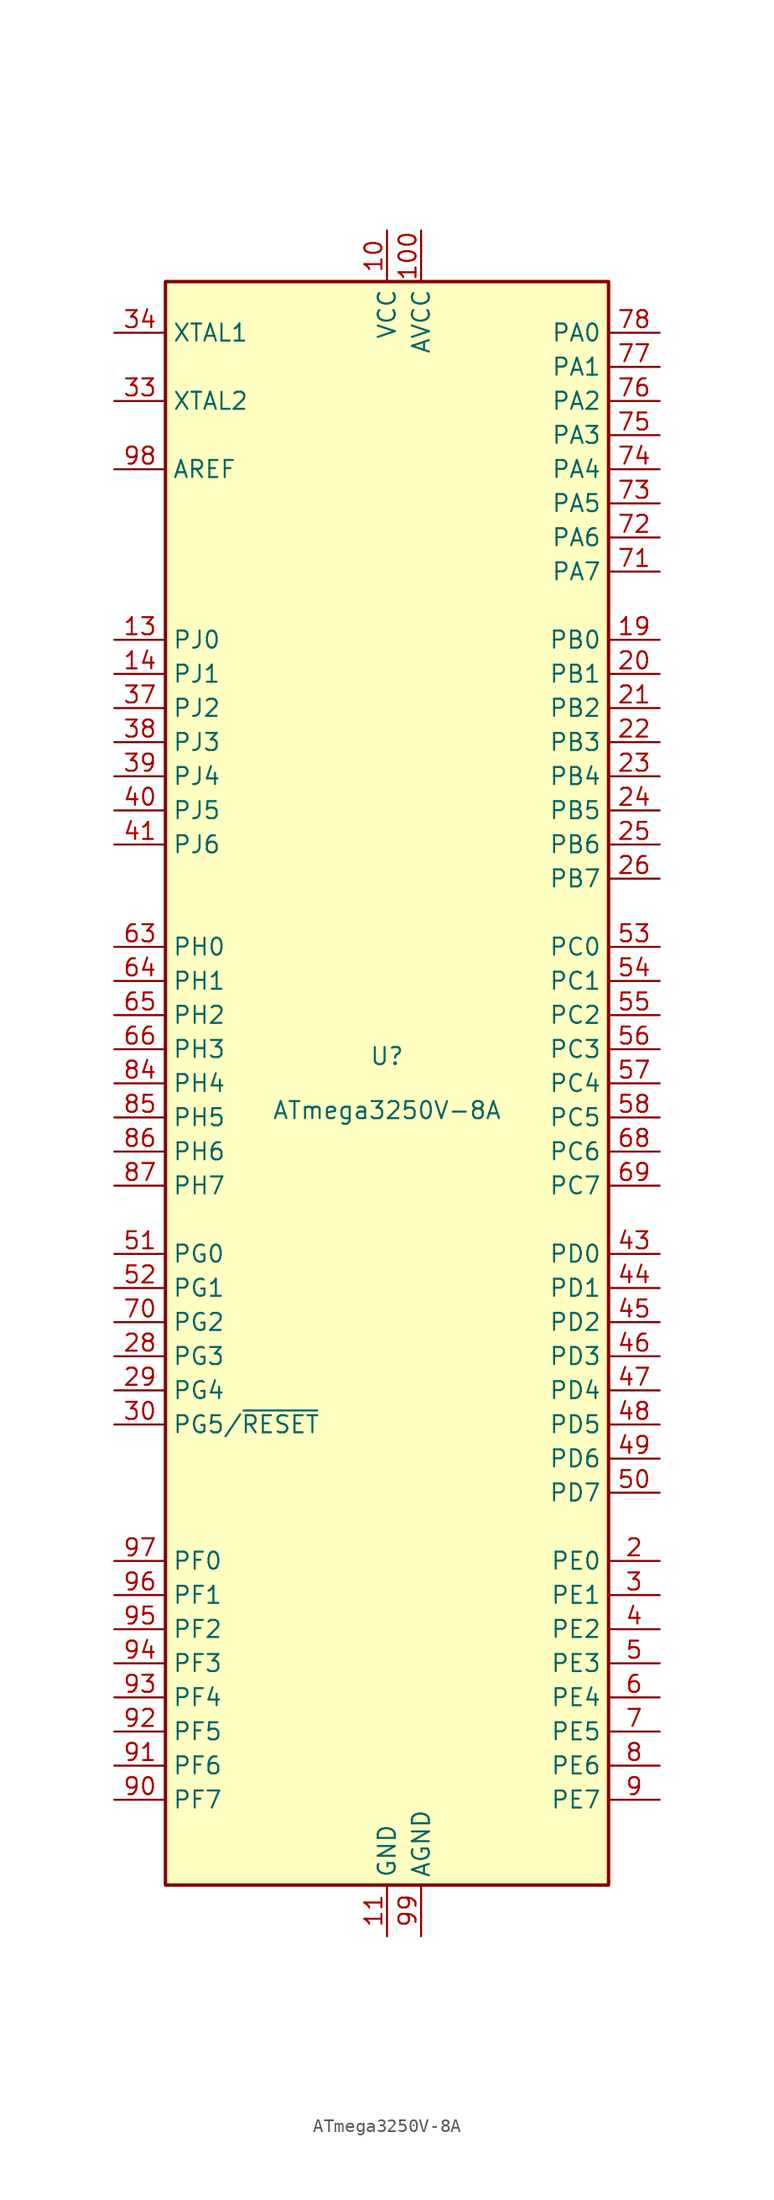
<source format=kicad_sym>
(kicad_symbol_lib
  (version 20211014)
  (generator kicad_symbol_editor)
  (symbol "ATmega3250V-8A"
    (property "Reference" "U"
      (at 0 1.27 0)
      (effects (font (size 1.27 1.27)) (justify bottom)))
    (property "Value" "ATmega3250V-8A"
      (at 0 -1.27 0)
      (effects (font (size 1.27 1.27)) (justify top)))
    (symbol "ATmega3250V-8A_0_1"
      (rectangle (start -16.51 -59.69) (end 16.51 59.69) (stroke (width 0.254) (type default) (color 0 0 0 0)) (fill (type background))))
    (symbol "ATmega3250V-8A_1_1"
      (pin no_connect line (at -15.24 40.64 0) (length 2.54) hide (name "NC" (effects (font (size 1.27 1.27)))) (number "1" (effects (font (size 1.27 1.27)))))
      (pin power_in line (at 0 63.5 270) (length 3.81) (name "VCC" (effects (font (size 1.27 1.27)))) (number "10" (effects (font (size 1.27 1.27)))))
      (pin power_in line (at 2.54 63.5 270) (length 3.81) (name "AVCC" (effects (font (size 1.27 1.27)))) (number "100" (effects (font (size 1.27 1.27)))))
      (pin power_in line (at 0 -63.5 90) (length 3.81) (name "GND" (effects (font (size 1.27 1.27)))) (number "11" (effects (font (size 1.27 1.27)))))
      (pin no_connect line (at -15.24 38.1 0) (length 2.54) hide (name "NC" (effects (font (size 1.27 1.27)))) (number "12" (effects (font (size 1.27 1.27)))))
      (pin bidirectional line (at -20.32 33.02 0) (length 3.81) (name "PJ0" (effects (font (size 1.27 1.27)))) (number "13" (effects (font (size 1.27 1.27)))))
      (pin bidirectional line (at -20.32 30.48 0) (length 3.81) (name "PJ1" (effects (font (size 1.27 1.27)))) (number "14" (effects (font (size 1.27 1.27)))))
      (pin no_connect line (at -15.24 35.56 0) (length 2.54) hide (name "NC" (effects (font (size 1.27 1.27)))) (number "15" (effects (font (size 1.27 1.27)))))
      (pin no_connect line (at -15.24 15.24 0) (length 2.54) hide (name "NC" (effects (font (size 1.27 1.27)))) (number "16" (effects (font (size 1.27 1.27)))))
      (pin no_connect line (at -15.24 12.7 0) (length 2.54) hide (name "NC" (effects (font (size 1.27 1.27)))) (number "17" (effects (font (size 1.27 1.27)))))
      (pin no_connect line (at -15.24 -10.16 0) (length 2.54) hide (name "NC" (effects (font (size 1.27 1.27)))) (number "18" (effects (font (size 1.27 1.27)))))
      (pin bidirectional line (at 20.32 33.02 180) (length 3.81) (name "PB0" (effects (font (size 1.27 1.27)))) (number "19" (effects (font (size 1.27 1.27)))))
      (pin bidirectional line (at 20.32 -35.56 180) (length 3.81) (name "PE0" (effects (font (size 1.27 1.27)))) (number "2" (effects (font (size 1.27 1.27)))))
      (pin bidirectional line (at 20.32 30.48 180) (length 3.81) (name "PB1" (effects (font (size 1.27 1.27)))) (number "20" (effects (font (size 1.27 1.27)))))
      (pin bidirectional line (at 20.32 27.94 180) (length 3.81) (name "PB2" (effects (font (size 1.27 1.27)))) (number "21" (effects (font (size 1.27 1.27)))))
      (pin bidirectional line (at 20.32 25.4 180) (length 3.81) (name "PB3" (effects (font (size 1.27 1.27)))) (number "22" (effects (font (size 1.27 1.27)))))
      (pin bidirectional line (at 20.32 22.86 180) (length 3.81) (name "PB4" (effects (font (size 1.27 1.27)))) (number "23" (effects (font (size 1.27 1.27)))))
      (pin bidirectional line (at 20.32 20.32 180) (length 3.81) (name "PB5" (effects (font (size 1.27 1.27)))) (number "24" (effects (font (size 1.27 1.27)))))
      (pin bidirectional line (at 20.32 17.78 180) (length 3.81) (name "PB6" (effects (font (size 1.27 1.27)))) (number "25" (effects (font (size 1.27 1.27)))))
      (pin bidirectional line (at 20.32 15.24 180) (length 3.81) (name "PB7" (effects (font (size 1.27 1.27)))) (number "26" (effects (font (size 1.27 1.27)))))
      (pin no_connect line (at -15.24 -27.94 0) (length 2.54) hide (name "NC" (effects (font (size 1.27 1.27)))) (number "27" (effects (font (size 1.27 1.27)))))
      (pin bidirectional line (at -20.32 -20.32 0) (length 3.81) (name "PG3" (effects (font (size 1.27 1.27)))) (number "28" (effects (font (size 1.27 1.27)))))
      (pin bidirectional line (at -20.32 -22.86 0) (length 3.81) (name "PG4" (effects (font (size 1.27 1.27)))) (number "29" (effects (font (size 1.27 1.27)))))
      (pin bidirectional line (at 20.32 -38.1 180) (length 3.81) (name "PE1" (effects (font (size 1.27 1.27)))) (number "3" (effects (font (size 1.27 1.27)))))
      (pin bidirectional line (at -20.32 -25.4 0) (length 3.81) (name "PG5/~{RESET}" (effects (font (size 1.27 1.27)))) (number "30" (effects (font (size 1.27 1.27)))))
      (pin passive line (at 0 63.5 270) (length 3.81) hide (name "VCC" (effects (font (size 1.27 1.27)))) (number "31" (effects (font (size 1.27 1.27)))))
      (pin passive line (at 0 -63.5 90) (length 3.81) hide (name "GND" (effects (font (size 1.27 1.27)))) (number "32" (effects (font (size 1.27 1.27)))))
      (pin output line (at -20.32 50.8 0) (length 3.81) (name "XTAL2" (effects (font (size 1.27 1.27)))) (number "33" (effects (font (size 1.27 1.27)))))
      (pin input line (at -20.32 55.88 0) (length 3.81) (name "XTAL1" (effects (font (size 1.27 1.27)))) (number "34" (effects (font (size 1.27 1.27)))))
      (pin no_connect line (at -15.24 -30.48 0) (length 2.54) hide (name "NC" (effects (font (size 1.27 1.27)))) (number "35" (effects (font (size 1.27 1.27)))))
      (pin no_connect line (at -15.24 -33.02 0) (length 2.54) hide (name "NC" (effects (font (size 1.27 1.27)))) (number "36" (effects (font (size 1.27 1.27)))))
      (pin bidirectional line (at -20.32 27.94 0) (length 3.81) (name "PJ2" (effects (font (size 1.27 1.27)))) (number "37" (effects (font (size 1.27 1.27)))))
      (pin bidirectional line (at -20.32 25.4 0) (length 3.81) (name "PJ3" (effects (font (size 1.27 1.27)))) (number "38" (effects (font (size 1.27 1.27)))))
      (pin bidirectional line (at -20.32 22.86 0) (length 3.81) (name "PJ4" (effects (font (size 1.27 1.27)))) (number "39" (effects (font (size 1.27 1.27)))))
      (pin bidirectional line (at 20.32 -40.64 180) (length 3.81) (name "PE2" (effects (font (size 1.27 1.27)))) (number "4" (effects (font (size 1.27 1.27)))))
      (pin bidirectional line (at -20.32 20.32 0) (length 3.81) (name "PJ5" (effects (font (size 1.27 1.27)))) (number "40" (effects (font (size 1.27 1.27)))))
      (pin bidirectional line (at -20.32 17.78 0) (length 3.81) (name "PJ6" (effects (font (size 1.27 1.27)))) (number "41" (effects (font (size 1.27 1.27)))))
      (pin no_connect line (at -15.24 -58.42 90) (length 2.54) hide (name "NC" (effects (font (size 1.27 1.27)))) (number "42" (effects (font (size 1.27 1.27)))))
      (pin bidirectional line (at 20.32 -12.7 180) (length 3.81) (name "PD0" (effects (font (size 1.27 1.27)))) (number "43" (effects (font (size 1.27 1.27)))))
      (pin bidirectional line (at 20.32 -15.24 180) (length 3.81) (name "PD1" (effects (font (size 1.27 1.27)))) (number "44" (effects (font (size 1.27 1.27)))))
      (pin bidirectional line (at 20.32 -17.78 180) (length 3.81) (name "PD2" (effects (font (size 1.27 1.27)))) (number "45" (effects (font (size 1.27 1.27)))))
      (pin bidirectional line (at 20.32 -20.32 180) (length 3.81) (name "PD3" (effects (font (size 1.27 1.27)))) (number "46" (effects (font (size 1.27 1.27)))))
      (pin bidirectional line (at 20.32 -22.86 180) (length 3.81) (name "PD4" (effects (font (size 1.27 1.27)))) (number "47" (effects (font (size 1.27 1.27)))))
      (pin bidirectional line (at 20.32 -25.4 180) (length 3.81) (name "PD5" (effects (font (size 1.27 1.27)))) (number "48" (effects (font (size 1.27 1.27)))))
      (pin bidirectional line (at 20.32 -27.94 180) (length 3.81) (name "PD6" (effects (font (size 1.27 1.27)))) (number "49" (effects (font (size 1.27 1.27)))))
      (pin bidirectional line (at 20.32 -43.18 180) (length 3.81) (name "PE3" (effects (font (size 1.27 1.27)))) (number "5" (effects (font (size 1.27 1.27)))))
      (pin bidirectional line (at 20.32 -30.48 180) (length 3.81) (name "PD7" (effects (font (size 1.27 1.27)))) (number "50" (effects (font (size 1.27 1.27)))))
      (pin bidirectional line (at -20.32 -12.7 0) (length 3.81) (name "PG0" (effects (font (size 1.27 1.27)))) (number "51" (effects (font (size 1.27 1.27)))))
      (pin bidirectional line (at -20.32 -15.24 0) (length 3.81) (name "PG1" (effects (font (size 1.27 1.27)))) (number "52" (effects (font (size 1.27 1.27)))))
      (pin bidirectional line (at 20.32 10.16 180) (length 3.81) (name "PC0" (effects (font (size 1.27 1.27)))) (number "53" (effects (font (size 1.27 1.27)))))
      (pin bidirectional line (at 20.32 7.62 180) (length 3.81) (name "PC1" (effects (font (size 1.27 1.27)))) (number "54" (effects (font (size 1.27 1.27)))))
      (pin bidirectional line (at 20.32 5.08 180) (length 3.81) (name "PC2" (effects (font (size 1.27 1.27)))) (number "55" (effects (font (size 1.27 1.27)))))
      (pin bidirectional line (at 20.32 2.54 180) (length 3.81) (name "PC3" (effects (font (size 1.27 1.27)))) (number "56" (effects (font (size 1.27 1.27)))))
      (pin bidirectional line (at 20.32 0 180) (length 3.81) (name "PC4" (effects (font (size 1.27 1.27)))) (number "57" (effects (font (size 1.27 1.27)))))
      (pin bidirectional line (at 20.32 -2.54 180) (length 3.81) (name "PC5" (effects (font (size 1.27 1.27)))) (number "58" (effects (font (size 1.27 1.27)))))
      (pin no_connect line (at -12.7 -58.42 90) (length 2.54) hide (name "NC" (effects (font (size 1.27 1.27)))) (number "59" (effects (font (size 1.27 1.27)))))
      (pin bidirectional line (at 20.32 -45.72 180) (length 3.81) (name "PE4" (effects (font (size 1.27 1.27)))) (number "6" (effects (font (size 1.27 1.27)))))
      (pin no_connect line (at -10.16 -58.42 90) (length 2.54) hide (name "NC" (effects (font (size 1.27 1.27)))) (number "60" (effects (font (size 1.27 1.27)))))
      (pin no_connect line (at -7.62 -58.42 90) (length 2.54) hide (name "NC" (effects (font (size 1.27 1.27)))) (number "61" (effects (font (size 1.27 1.27)))))
      (pin no_connect line (at -5.08 -58.42 90) (length 2.54) hide (name "NC" (effects (font (size 1.27 1.27)))) (number "62" (effects (font (size 1.27 1.27)))))
      (pin bidirectional line (at -20.32 10.16 0) (length 3.81) (name "PH0" (effects (font (size 1.27 1.27)))) (number "63" (effects (font (size 1.27 1.27)))))
      (pin bidirectional line (at -20.32 7.62 0) (length 3.81) (name "PH1" (effects (font (size 1.27 1.27)))) (number "64" (effects (font (size 1.27 1.27)))))
      (pin bidirectional line (at -20.32 5.08 0) (length 3.81) (name "PH2" (effects (font (size 1.27 1.27)))) (number "65" (effects (font (size 1.27 1.27)))))
      (pin bidirectional line (at -20.32 2.54 0) (length 3.81) (name "PH3" (effects (font (size 1.27 1.27)))) (number "66" (effects (font (size 1.27 1.27)))))
      (pin no_connect line (at -2.54 -58.42 90) (length 2.54) hide (name "NC" (effects (font (size 1.27 1.27)))) (number "67" (effects (font (size 1.27 1.27)))))
      (pin bidirectional line (at 20.32 -5.08 180) (length 3.81) (name "PC6" (effects (font (size 1.27 1.27)))) (number "68" (effects (font (size 1.27 1.27)))))
      (pin bidirectional line (at 20.32 -7.62 180) (length 3.81) (name "PC7" (effects (font (size 1.27 1.27)))) (number "69" (effects (font (size 1.27 1.27)))))
      (pin bidirectional line (at 20.32 -48.26 180) (length 3.81) (name "PE5" (effects (font (size 1.27 1.27)))) (number "7" (effects (font (size 1.27 1.27)))))
      (pin bidirectional line (at -20.32 -17.78 0) (length 3.81) (name "PG2" (effects (font (size 1.27 1.27)))) (number "70" (effects (font (size 1.27 1.27)))))
      (pin bidirectional line (at 20.32 38.1 180) (length 3.81) (name "PA7" (effects (font (size 1.27 1.27)))) (number "71" (effects (font (size 1.27 1.27)))))
      (pin bidirectional line (at 20.32 40.64 180) (length 3.81) (name "PA6" (effects (font (size 1.27 1.27)))) (number "72" (effects (font (size 1.27 1.27)))))
      (pin bidirectional line (at 20.32 43.18 180) (length 3.81) (name "PA5" (effects (font (size 1.27 1.27)))) (number "73" (effects (font (size 1.27 1.27)))))
      (pin bidirectional line (at 20.32 45.72 180) (length 3.81) (name "PA4" (effects (font (size 1.27 1.27)))) (number "74" (effects (font (size 1.27 1.27)))))
      (pin bidirectional line (at 20.32 48.26 180) (length 3.81) (name "PA3" (effects (font (size 1.27 1.27)))) (number "75" (effects (font (size 1.27 1.27)))))
      (pin bidirectional line (at 20.32 50.8 180) (length 3.81) (name "PA2" (effects (font (size 1.27 1.27)))) (number "76" (effects (font (size 1.27 1.27)))))
      (pin bidirectional line (at 20.32 53.34 180) (length 3.81) (name "PA1" (effects (font (size 1.27 1.27)))) (number "77" (effects (font (size 1.27 1.27)))))
      (pin bidirectional line (at 20.32 55.88 180) (length 3.81) (name "PA0" (effects (font (size 1.27 1.27)))) (number "78" (effects (font (size 1.27 1.27)))))
      (pin no_connect line (at 5.08 -58.42 90) (length 2.54) hide (name "NC" (effects (font (size 1.27 1.27)))) (number "79" (effects (font (size 1.27 1.27)))))
      (pin bidirectional line (at 20.32 -50.8 180) (length 3.81) (name "PE6" (effects (font (size 1.27 1.27)))) (number "8" (effects (font (size 1.27 1.27)))))
      (pin passive line (at 0 63.5 270) (length 3.81) hide (name "VCC" (effects (font (size 1.27 1.27)))) (number "80" (effects (font (size 1.27 1.27)))))
      (pin passive line (at 0 -63.5 90) (length 3.81) hide (name "GND" (effects (font (size 1.27 1.27)))) (number "81" (effects (font (size 1.27 1.27)))))
      (pin no_connect line (at 7.62 -58.42 90) (length 2.54) hide (name "NC" (effects (font (size 1.27 1.27)))) (number "82" (effects (font (size 1.27 1.27)))))
      (pin no_connect line (at 10.16 -58.42 90) (length 2.54) hide (name "NC" (effects (font (size 1.27 1.27)))) (number "83" (effects (font (size 1.27 1.27)))))
      (pin bidirectional line (at -20.32 0 0) (length 3.81) (name "PH4" (effects (font (size 1.27 1.27)))) (number "84" (effects (font (size 1.27 1.27)))))
      (pin bidirectional line (at -20.32 -2.54 0) (length 3.81) (name "PH5" (effects (font (size 1.27 1.27)))) (number "85" (effects (font (size 1.27 1.27)))))
      (pin bidirectional line (at -20.32 -5.08 0) (length 3.81) (name "PH6" (effects (font (size 1.27 1.27)))) (number "86" (effects (font (size 1.27 1.27)))))
      (pin bidirectional line (at -20.32 -7.62 0) (length 3.81) (name "PH7" (effects (font (size 1.27 1.27)))) (number "87" (effects (font (size 1.27 1.27)))))
      (pin no_connect line (at 12.7 -58.42 90) (length 2.54) hide (name "NC" (effects (font (size 1.27 1.27)))) (number "88" (effects (font (size 1.27 1.27)))))
      (pin no_connect line (at 15.24 -58.42 90) (length 2.54) hide (name "NC" (effects (font (size 1.27 1.27)))) (number "89" (effects (font (size 1.27 1.27)))))
      (pin bidirectional line (at 20.32 -53.34 180) (length 3.81) (name "PE7" (effects (font (size 1.27 1.27)))) (number "9" (effects (font (size 1.27 1.27)))))
      (pin bidirectional line (at -20.32 -53.34 0) (length 3.81) (name "PF7" (effects (font (size 1.27 1.27)))) (number "90" (effects (font (size 1.27 1.27)))))
      (pin bidirectional line (at -20.32 -50.8 0) (length 3.81) (name "PF6" (effects (font (size 1.27 1.27)))) (number "91" (effects (font (size 1.27 1.27)))))
      (pin bidirectional line (at -20.32 -48.26 0) (length 3.81) (name "PF5" (effects (font (size 1.27 1.27)))) (number "92" (effects (font (size 1.27 1.27)))))
      (pin bidirectional line (at -20.32 -45.72 0) (length 3.81) (name "PF4" (effects (font (size 1.27 1.27)))) (number "93" (effects (font (size 1.27 1.27)))))
      (pin bidirectional line (at -20.32 -43.18 0) (length 3.81) (name "PF3" (effects (font (size 1.27 1.27)))) (number "94" (effects (font (size 1.27 1.27)))))
      (pin bidirectional line (at -20.32 -40.64 0) (length 3.81) (name "PF2" (effects (font (size 1.27 1.27)))) (number "95" (effects (font (size 1.27 1.27)))))
      (pin bidirectional line (at -20.32 -38.1 0) (length 3.81) (name "PF1" (effects (font (size 1.27 1.27)))) (number "96" (effects (font (size 1.27 1.27)))))
      (pin bidirectional line (at -20.32 -35.56 0) (length 3.81) (name "PF0" (effects (font (size 1.27 1.27)))) (number "97" (effects (font (size 1.27 1.27)))))
      (pin passive line (at -20.32 45.72 0) (length 3.81) (name "AREF" (effects (font (size 1.27 1.27)))) (number "98" (effects (font (size 1.27 1.27)))))
      (pin power_in line (at 2.54 -63.5 90) (length 3.81) (name "AGND" (effects (font (size 1.27 1.27)))) (number "99" (effects (font (size 1.27 1.27))))))))
</source>
